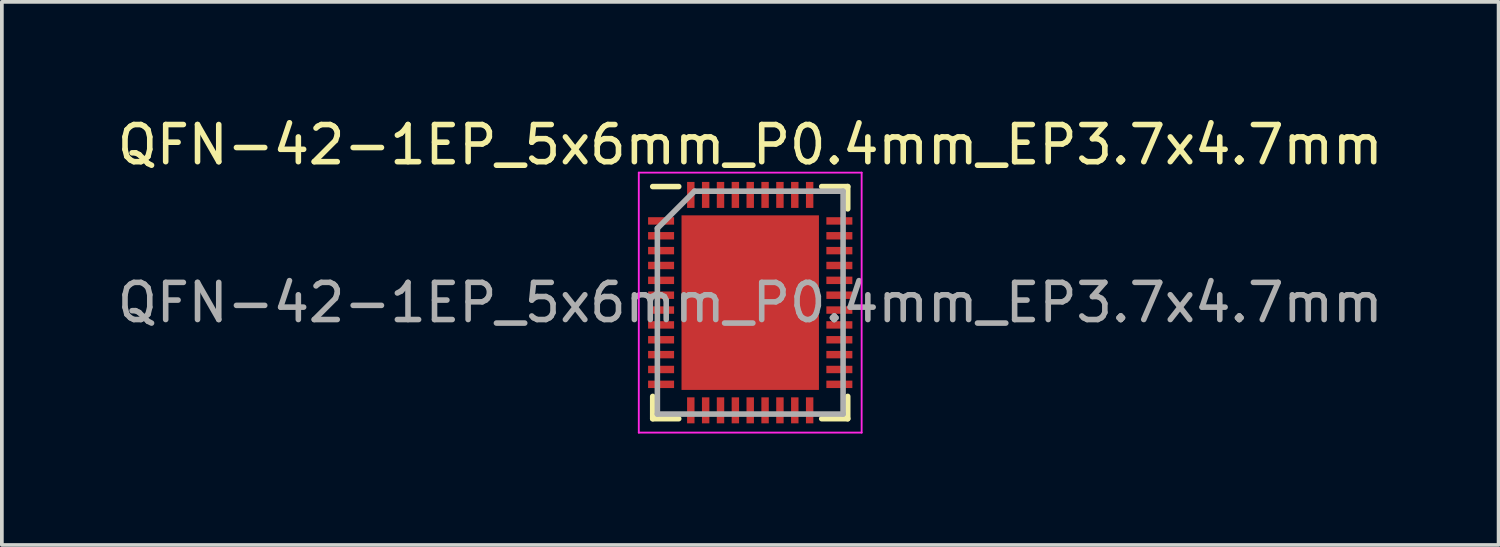
<source format=kicad_pcb>
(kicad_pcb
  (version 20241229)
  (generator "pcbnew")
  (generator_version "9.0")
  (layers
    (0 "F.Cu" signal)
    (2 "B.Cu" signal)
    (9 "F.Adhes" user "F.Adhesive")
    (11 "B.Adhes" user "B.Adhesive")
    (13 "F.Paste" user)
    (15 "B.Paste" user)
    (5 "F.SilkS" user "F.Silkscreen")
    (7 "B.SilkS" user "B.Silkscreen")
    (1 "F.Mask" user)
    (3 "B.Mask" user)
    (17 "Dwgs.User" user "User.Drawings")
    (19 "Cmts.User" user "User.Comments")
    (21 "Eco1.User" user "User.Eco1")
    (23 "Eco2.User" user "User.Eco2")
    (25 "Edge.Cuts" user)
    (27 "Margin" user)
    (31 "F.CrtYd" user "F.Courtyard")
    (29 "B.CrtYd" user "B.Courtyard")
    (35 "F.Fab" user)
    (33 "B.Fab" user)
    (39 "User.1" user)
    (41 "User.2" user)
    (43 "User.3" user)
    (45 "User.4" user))
  (footprint "QFN-42-1EP_5x6mm_P0.4mm_EP3.7x4.7mm"
    (layer "F.Cu")
    (at 17.149 5.098)
    (property "Reference" "QFN-42-1EP_5x6mm_P0.4mm_EP3.7x4.7mm" (at 0 -4.25 0) (layer "F.SilkS") (effects (font (size 1 1) (thickness 0.15))))
    (attr smd)
    (fp_line (start -2.625 -3.125) (end -1.925 -3.125) (stroke (width 0.15) (type solid)) (layer "F.SilkS"))
    (fp_line (start -2.625 3.125) (end -2.625 2.525) (stroke (width 0.15) (type solid)) (layer "F.SilkS"))
    (fp_line (start -2.625 3.125) (end -1.925 3.125) (stroke (width 0.15) (type solid)) (layer "F.SilkS"))
    (fp_line (start 2.625 -3.125) (end 1.925 -3.125) (stroke (width 0.15) (type solid)) (layer "F.SilkS"))
    (fp_line (start 2.625 -3.125) (end 2.625 -2.525) (stroke (width 0.15) (type solid)) (layer "F.SilkS"))
    (fp_line (start 2.625 3.125) (end 1.925 3.125) (stroke (width 0.15) (type solid)) (layer "F.SilkS"))
    (fp_line (start 2.625 3.125) (end 2.625 2.525) (stroke (width 0.15) (type solid)) (layer "F.SilkS"))
    (fp_line (start -3 -3.5) (end -3 3.5) (stroke (width 0.05) (type solid)) (layer "F.CrtYd"))
    (fp_line (start -3 -3.5) (end 3 -3.5) (stroke (width 0.05) (type solid)) (layer "F.CrtYd"))
    (fp_line (start -3 3.5) (end 3 3.5) (stroke (width 0.05) (type solid)) (layer "F.CrtYd"))
    (fp_line (start 3 -3.5) (end 3 3.5) (stroke (width 0.05) (type solid)) (layer "F.CrtYd"))
    (fp_line (start -2.5 -2) (end -1.5 -3) (stroke (width 0.15) (type solid)) (layer "F.Fab"))
    (fp_line (start -2.5 3) (end -2.5 -2) (stroke (width 0.15) (type solid)) (layer "F.Fab"))
    (fp_line (start -1.5 -3) (end 2.5 -3) (stroke (width 0.15) (type solid)) (layer "F.Fab"))
    (fp_line (start 2.5 -3) (end 2.5 3) (stroke (width 0.15) (type solid)) (layer "F.Fab"))
    (fp_line (start 2.5 3) (end -2.5 3) (stroke (width 0.15) (type solid)) (layer "F.Fab"))
    (fp_text user "${REFERENCE}" (at 0 0 0) (layer "F.Fab") (effects (font (size 1 1) (thickness 0.15))))
    (pad "" smd rect (at -1.233 -1.762) (size 1 0.94) (layers "F.Paste"))
    (pad "" smd rect (at -1.233 -0.588) (size 1 0.94) (layers "F.Paste"))
    (pad "" smd rect (at -1.233 0.588) (size 1 0.94) (layers "F.Paste"))
    (pad "" smd rect (at -1.233 1.762) (size 1 0.94) (layers "F.Paste"))
    (pad "" smd rect (at 0 -1.762) (size 1 0.94) (layers "F.Paste"))
    (pad "" smd rect (at 0 -0.588) (size 1 0.94) (layers "F.Paste"))
    (pad "" smd rect (at 0 0.588) (size 1 0.94) (layers "F.Paste"))
    (pad "" smd rect (at 0 1.762) (size 1 0.94) (layers "F.Paste"))
    (pad "" smd rect (at 1.233 -1.762) (size 1 0.94) (layers "F.Paste"))
    (pad "" smd rect (at 1.233 -0.588) (size 1 0.94) (layers "F.Paste"))
    (pad "" smd rect (at 1.233 0.588) (size 1 0.94) (layers "F.Paste"))
    (pad "" smd rect (at 1.233 1.762) (size 1 0.94) (layers "F.Paste"))
    (pad "1" smd rect (at -2.4 -2.2) (size 0.7 0.2) (layers "F.Cu" "F.Mask" "F.Paste"))
    (pad "2" smd rect (at -2.4 -1.8) (size 0.7 0.2) (layers "F.Cu" "F.Mask" "F.Paste"))
    (pad "3" smd rect (at -2.4 -1.4) (size 0.7 0.2) (layers "F.Cu" "F.Mask" "F.Paste"))
    (pad "4" smd rect (at -2.4 -1) (size 0.7 0.2) (layers "F.Cu" "F.Mask" "F.Paste"))
    (pad "5" smd rect (at -2.4 -0.6) (size 0.7 0.2) (layers "F.Cu" "F.Mask" "F.Paste"))
    (pad "6" smd rect (at -2.4 -0.2) (size 0.7 0.2) (layers "F.Cu" "F.Mask" "F.Paste"))
    (pad "7" smd rect (at -2.4 0.2) (size 0.7 0.2) (layers "F.Cu" "F.Mask" "F.Paste"))
    (pad "8" smd rect (at -2.4 0.6) (size 0.7 0.2) (layers "F.Cu" "F.Mask" "F.Paste"))
    (pad "9" smd rect (at -2.4 1) (size 0.7 0.2) (layers "F.Cu" "F.Mask" "F.Paste"))
    (pad "10" smd rect (at -2.4 1.4) (size 0.7 0.2) (layers "F.Cu" "F.Mask" "F.Paste"))
    (pad "11" smd rect (at -2.4 1.8) (size 0.7 0.2) (layers "F.Cu" "F.Mask" "F.Paste"))
    (pad "12" smd rect (at -2.4 2.2) (size 0.7 0.2) (layers "F.Cu" "F.Mask" "F.Paste"))
    (pad "13" smd rect (at -1.6 2.9 90) (size 0.7 0.2) (layers "F.Cu" "F.Mask" "F.Paste"))
    (pad "14" smd rect (at -1.2 2.9 90) (size 0.7 0.2) (layers "F.Cu" "F.Mask" "F.Paste"))
    (pad "15" smd rect (at -0.8 2.9 90) (size 0.7 0.2) (layers "F.Cu" "F.Mask" "F.Paste"))
    (pad "16" smd rect (at -0.4 2.9 90) (size 0.7 0.2) (layers "F.Cu" "F.Mask" "F.Paste"))
    (pad "17" smd rect (at 0 2.9 90) (size 0.7 0.2) (layers "F.Cu" "F.Mask" "F.Paste"))
    (pad "18" smd rect (at 0.4 2.9 90) (size 0.7 0.2) (layers "F.Cu" "F.Mask" "F.Paste"))
    (pad "19" smd rect (at 0.8 2.9 90) (size 0.7 0.2) (layers "F.Cu" "F.Mask" "F.Paste"))
    (pad "20" smd rect (at 1.2 2.9 90) (size 0.7 0.2) (layers "F.Cu" "F.Mask" "F.Paste"))
    (pad "21" smd rect (at 1.6 2.9 90) (size 0.7 0.2) (layers "F.Cu" "F.Mask" "F.Paste"))
    (pad "22" smd rect (at 2.4 2.2) (size 0.7 0.2) (layers "F.Cu" "F.Mask" "F.Paste"))
    (pad "23" smd rect (at 2.4 1.8) (size 0.7 0.2) (layers "F.Cu" "F.Mask" "F.Paste"))
    (pad "24" smd rect (at 2.4 1.4) (size 0.7 0.2) (layers "F.Cu" "F.Mask" "F.Paste"))
    (pad "25" smd rect (at 2.4 1) (size 0.7 0.2) (layers "F.Cu" "F.Mask" "F.Paste"))
    (pad "26" smd rect (at 2.4 0.6) (size 0.7 0.2) (layers "F.Cu" "F.Mask" "F.Paste"))
    (pad "27" smd rect (at 2.4 0.2) (size 0.7 0.2) (layers "F.Cu" "F.Mask" "F.Paste"))
    (pad "28" smd rect (at 2.4 -0.2) (size 0.7 0.2) (layers "F.Cu" "F.Mask" "F.Paste"))
    (pad "29" smd rect (at 2.4 -0.6) (size 0.7 0.2) (layers "F.Cu" "F.Mask" "F.Paste"))
    (pad "30" smd rect (at 2.4 -1) (size 0.7 0.2) (layers "F.Cu" "F.Mask" "F.Paste"))
    (pad "31" smd rect (at 2.4 -1.4) (size 0.7 0.2) (layers "F.Cu" "F.Mask" "F.Paste"))
    (pad "32" smd rect (at 2.4 -1.8) (size 0.7 0.2) (layers "F.Cu" "F.Mask" "F.Paste"))
    (pad "33" smd rect (at 2.4 -2.2) (size 0.7 0.2) (layers "F.Cu" "F.Mask" "F.Paste"))
    (pad "34" smd rect (at 1.6 -2.9 90) (size 0.7 0.2) (layers "F.Cu" "F.Mask" "F.Paste"))
    (pad "35" smd rect (at 1.2 -2.9 90) (size 0.7 0.2) (layers "F.Cu" "F.Mask" "F.Paste"))
    (pad "36" smd rect (at 0.8 -2.9 90) (size 0.7 0.2) (layers "F.Cu" "F.Mask" "F.Paste"))
    (pad "37" smd rect (at 0.4 -2.9 90) (size 0.7 0.2) (layers "F.Cu" "F.Mask" "F.Paste"))
    (pad "38" smd rect (at 0 -2.9 90) (size 0.7 0.2) (layers "F.Cu" "F.Mask" "F.Paste"))
    (pad "39" smd rect (at -0.4 -2.9 90) (size 0.7 0.2) (layers "F.Cu" "F.Mask" "F.Paste"))
    (pad "40" smd rect (at -0.8 -2.9 90) (size 0.7 0.2) (layers "F.Cu" "F.Mask" "F.Paste"))
    (pad "41" smd rect (at -1.2 -2.9 90) (size 0.7 0.2) (layers "F.Cu" "F.Mask" "F.Paste"))
    (pad "42" smd rect (at -1.6 -2.9 90) (size 0.7 0.2) (layers "F.Cu" "F.Mask" "F.Paste"))
    (pad "43" smd rect (at 0 0) (size 3.7 4.7) (layers "F.Cu" "F.Mask")))
  (gr_rect
    (start -3 -3)
    (end 37.298 11.623)
    (stroke (width 0.1) (type default))
    (fill no)
    (layer "Edge.Cuts")))
</source>
